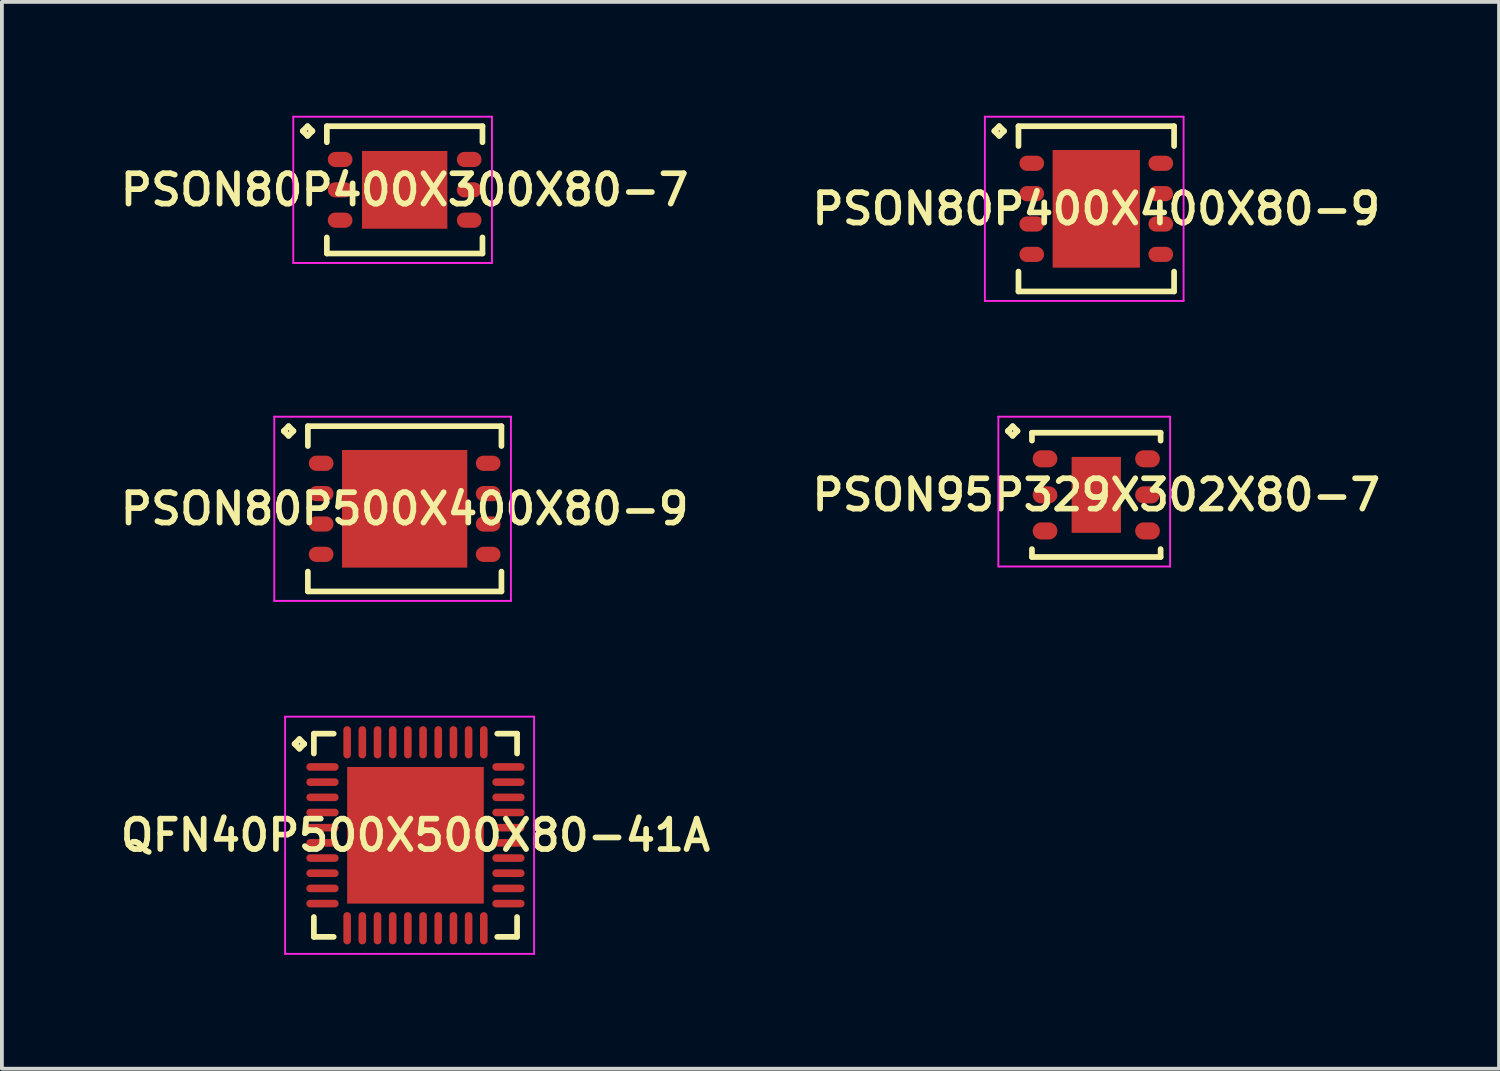
<source format=kicad_pcb>
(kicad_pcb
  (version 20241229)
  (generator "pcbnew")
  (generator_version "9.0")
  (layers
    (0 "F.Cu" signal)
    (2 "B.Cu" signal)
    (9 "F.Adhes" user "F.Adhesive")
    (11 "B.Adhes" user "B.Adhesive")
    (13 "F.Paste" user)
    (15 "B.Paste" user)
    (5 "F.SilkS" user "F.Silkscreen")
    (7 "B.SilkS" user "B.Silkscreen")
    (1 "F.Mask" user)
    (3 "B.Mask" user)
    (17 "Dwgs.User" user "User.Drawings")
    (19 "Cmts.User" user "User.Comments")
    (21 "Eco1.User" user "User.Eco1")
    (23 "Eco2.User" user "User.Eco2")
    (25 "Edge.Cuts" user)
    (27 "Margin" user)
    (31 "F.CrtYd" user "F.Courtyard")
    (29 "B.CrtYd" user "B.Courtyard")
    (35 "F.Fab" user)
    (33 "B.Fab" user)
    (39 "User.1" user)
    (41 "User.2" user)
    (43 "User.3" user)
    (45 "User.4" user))
  (footprint "PSON80P500X400X80-9"
    (layer "F.Cu")
    (at 7.612 10.356)
    (property "Reference" "PSON80P500X400X80-9" (at 0 0 0) (layer "F.SilkS") (effects (font (size 0.8 0.8) (thickness 0.15))))
    (attr smd)
    (fp_line (start -3.185 -2.05) (end -3.058 -2.177) (stroke (width 0.15) (type solid)) (layer "F.SilkS"))
    (fp_line (start -3.058 -2.177) (end -2.931 -2.05) (stroke (width 0.15) (type solid)) (layer "F.SilkS"))
    (fp_line (start -3.058 -1.923) (end -3.185 -2.05) (stroke (width 0.15) (type solid)) (layer "F.SilkS"))
    (fp_line (start -2.931 -2.05) (end -3.058 -1.923) (stroke (width 0.15) (type solid)) (layer "F.SilkS"))
    (fp_line (start -2.55 -2.177) (end 2.55 -2.177) (stroke (width 0.15) (type solid)) (layer "F.SilkS"))
    (fp_line (start -2.55 -1.654) (end -2.55 -2.177) (stroke (width 0.15) (type solid)) (layer "F.SilkS"))
    (fp_line (start -2.55 1.654) (end -2.55 2.177) (stroke (width 0.15) (type solid)) (layer "F.SilkS"))
    (fp_line (start -2.55 2.177) (end 2.55 2.177) (stroke (width 0.15) (type solid)) (layer "F.SilkS"))
    (fp_line (start 2.55 -2.177) (end 2.55 -1.654) (stroke (width 0.15) (type solid)) (layer "F.SilkS"))
    (fp_line (start 2.55 2.177) (end 2.55 1.654) (stroke (width 0.15) (type solid)) (layer "F.SilkS"))
    (fp_line (start -3.435 -2.427) (end 2.8 -2.427) (stroke (width 0.05) (type solid)) (layer "F.CrtYd"))
    (fp_line (start -3.435 2.427) (end -3.435 -2.427) (stroke (width 0.05) (type solid)) (layer "F.CrtYd"))
    (fp_line (start 2.8 -2.427) (end 2.8 2.427) (stroke (width 0.05) (type solid)) (layer "F.CrtYd"))
    (fp_line (start 2.8 2.427) (end -3.435 2.427) (stroke (width 0.05) (type solid)) (layer "F.CrtYd"))
    (pad "1" smd oval (at -2.2 -1.2) (size 0.65 0.4) (layers "F.Cu" "F.Mask" "F.Paste"))
    (pad "2" smd oval (at -2.2 -0.4) (size 0.65 0.4) (layers "F.Cu" "F.Mask" "F.Paste"))
    (pad "3" smd oval (at -2.2 0.4) (size 0.65 0.4) (layers "F.Cu" "F.Mask" "F.Paste"))
    (pad "4" smd oval (at -2.2 1.2) (size 0.65 0.4) (layers "F.Cu" "F.Mask" "F.Paste"))
    (pad "5" smd oval (at 2.2 1.2) (size 0.65 0.4) (layers "F.Cu" "F.Mask" "F.Paste"))
    (pad "6" smd oval (at 2.2 0.4) (size 0.65 0.4) (layers "F.Cu" "F.Mask" "F.Paste"))
    (pad "7" smd oval (at 2.2 -0.4) (size 0.65 0.4) (layers "F.Cu" "F.Mask" "F.Paste"))
    (pad "8" smd oval (at 2.2 -1.2) (size 0.65 0.4) (layers "F.Cu" "F.Mask" "F.Paste"))
    (pad "9" smd rect (at 0 0) (size 3.3 3.1) (layers "F.Cu" "F.Mask" "F.Paste")))
  (footprint "PSON95P329X302X80-7"
    (layer "F.Cu")
    (at 25.835 9.989)
    (property "Reference" "PSON95P329X302X80-7" (at 0 0 0) (layer "F.SilkS") (effects (font (size 0.8 0.8) (thickness 0.15))))
    (attr smd)
    (fp_line (start -2.33 -1.683) (end -2.203 -1.81) (stroke (width 0.15) (type solid)) (layer "F.SilkS"))
    (fp_line (start -2.203 -1.81) (end -2.076 -1.683) (stroke (width 0.15) (type solid)) (layer "F.SilkS"))
    (fp_line (start -2.203 -1.556) (end -2.33 -1.683) (stroke (width 0.15) (type solid)) (layer "F.SilkS"))
    (fp_line (start -2.076 -1.683) (end -2.203 -1.556) (stroke (width 0.15) (type solid)) (layer "F.SilkS"))
    (fp_line (start -1.695 -1.637) (end 1.695 -1.637) (stroke (width 0.15) (type solid)) (layer "F.SilkS"))
    (fp_line (start -1.695 -1.429) (end -1.695 -1.637) (stroke (width 0.15) (type solid)) (layer "F.SilkS"))
    (fp_line (start -1.695 1.429) (end -1.695 1.637) (stroke (width 0.15) (type solid)) (layer "F.SilkS"))
    (fp_line (start -1.695 1.637) (end 1.695 1.637) (stroke (width 0.15) (type solid)) (layer "F.SilkS"))
    (fp_line (start 1.695 -1.637) (end 1.695 -1.429) (stroke (width 0.15) (type solid)) (layer "F.SilkS"))
    (fp_line (start 1.695 1.637) (end 1.695 1.429) (stroke (width 0.15) (type solid)) (layer "F.SilkS"))
    (fp_line (start -2.58 -2.06) (end 1.945 -2.06) (stroke (width 0.05) (type solid)) (layer "F.CrtYd"))
    (fp_line (start -2.58 1.887) (end -2.58 -2.06) (stroke (width 0.05) (type solid)) (layer "F.CrtYd"))
    (fp_line (start 1.945 -2.06) (end 1.945 1.887) (stroke (width 0.05) (type solid)) (layer "F.CrtYd"))
    (fp_line (start 1.945 1.887) (end -2.58 1.887) (stroke (width 0.05) (type solid)) (layer "F.CrtYd"))
    (pad "1" smd oval (at -1.35 -0.95) (size 0.65 0.45) (layers "F.Cu" "F.Mask" "F.Paste"))
    (pad "2" smd oval (at -1.35 0) (size 0.65 0.45) (layers "F.Cu" "F.Mask" "F.Paste"))
    (pad "3" smd oval (at -1.35 0.95) (size 0.65 0.45) (layers "F.Cu" "F.Mask" "F.Paste"))
    (pad "4" smd oval (at 1.35 0.95) (size 0.65 0.45) (layers "F.Cu" "F.Mask" "F.Paste"))
    (pad "5" smd oval (at 1.35 0) (size 0.65 0.45) (layers "F.Cu" "F.Mask" "F.Paste"))
    (pad "6" smd oval (at 1.35 -0.95) (size 0.65 0.45) (layers "F.Cu" "F.Mask" "F.Paste"))
    (pad "7" smd rect (at 0 0) (size 1.3 2) (layers "F.Cu" "F.Mask" "F.Paste")))
  (footprint "PSON80P400X400X80-9"
    (layer "F.Cu")
    (at 25.835 2.452)
    (property "Reference" "PSON80P400X400X80-9" (at 0 0 0) (layer "F.SilkS") (effects (font (size 0.8 0.8) (thickness 0.15))))
    (attr smd)
    (fp_line (start -2.685 -2.05) (end -2.558 -2.177) (stroke (width 0.15) (type solid)) (layer "F.SilkS"))
    (fp_line (start -2.558 -2.177) (end -2.431 -2.05) (stroke (width 0.15) (type solid)) (layer "F.SilkS"))
    (fp_line (start -2.558 -1.923) (end -2.685 -2.05) (stroke (width 0.15) (type solid)) (layer "F.SilkS"))
    (fp_line (start -2.431 -2.05) (end -2.558 -1.923) (stroke (width 0.15) (type solid)) (layer "F.SilkS"))
    (fp_line (start -2.05 -2.177) (end 2.05 -2.177) (stroke (width 0.15) (type solid)) (layer "F.SilkS"))
    (fp_line (start -2.05 -1.654) (end -2.05 -2.177) (stroke (width 0.15) (type solid)) (layer "F.SilkS"))
    (fp_line (start -2.05 1.654) (end -2.05 2.177) (stroke (width 0.15) (type solid)) (layer "F.SilkS"))
    (fp_line (start -2.05 2.177) (end 2.05 2.177) (stroke (width 0.15) (type solid)) (layer "F.SilkS"))
    (fp_line (start 2.05 -2.177) (end 2.05 -1.654) (stroke (width 0.15) (type solid)) (layer "F.SilkS"))
    (fp_line (start 2.05 2.177) (end 2.05 1.654) (stroke (width 0.15) (type solid)) (layer "F.SilkS"))
    (fp_line (start -2.935 -2.427) (end 2.3 -2.427) (stroke (width 0.05) (type solid)) (layer "F.CrtYd"))
    (fp_line (start -2.935 2.427) (end -2.935 -2.427) (stroke (width 0.05) (type solid)) (layer "F.CrtYd"))
    (fp_line (start 2.3 -2.427) (end 2.3 2.427) (stroke (width 0.05) (type solid)) (layer "F.CrtYd"))
    (fp_line (start 2.3 2.427) (end -2.935 2.427) (stroke (width 0.05) (type solid)) (layer "F.CrtYd"))
    (pad "1" smd oval (at -1.7 -1.2) (size 0.65 0.4) (layers "F.Cu" "F.Mask" "F.Paste"))
    (pad "2" smd oval (at -1.7 -0.4) (size 0.65 0.4) (layers "F.Cu" "F.Mask" "F.Paste"))
    (pad "3" smd oval (at -1.7 0.4) (size 0.65 0.4) (layers "F.Cu" "F.Mask" "F.Paste"))
    (pad "4" smd oval (at -1.7 1.2) (size 0.65 0.4) (layers "F.Cu" "F.Mask" "F.Paste"))
    (pad "5" smd oval (at 1.7 1.2) (size 0.65 0.4) (layers "F.Cu" "F.Mask" "F.Paste"))
    (pad "6" smd oval (at 1.7 0.4) (size 0.65 0.4) (layers "F.Cu" "F.Mask" "F.Paste"))
    (pad "7" smd oval (at 1.7 -0.4) (size 0.65 0.4) (layers "F.Cu" "F.Mask" "F.Paste"))
    (pad "8" smd oval (at 1.7 -1.2) (size 0.65 0.4) (layers "F.Cu" "F.Mask" "F.Paste"))
    (pad "9" smd rect (at 0 0) (size 2.3 3.1) (layers "F.Cu" "F.Mask" "F.Paste")))
  (footprint "QFN40P500X500X80-41A"
    (layer "F.Cu")
    (at 7.897 18.958)
    (property "Reference" "QFN40P500X500X80-41A" (at 0 0 0) (layer "F.SilkS") (effects (font (size 0.8 0.8) (thickness 0.15))))
    (attr smd)
    (fp_line (start -3.185 -2.408) (end -3.058 -2.535) (stroke (width 0.15) (type solid)) (layer "F.SilkS"))
    (fp_line (start -3.058 -2.535) (end -2.931 -2.408) (stroke (width 0.15) (type solid)) (layer "F.SilkS"))
    (fp_line (start -3.058 -2.281) (end -3.185 -2.408) (stroke (width 0.15) (type solid)) (layer "F.SilkS"))
    (fp_line (start -2.931 -2.408) (end -3.058 -2.281) (stroke (width 0.15) (type solid)) (layer "F.SilkS"))
    (fp_line (start -2.677 -2.677) (end -2.154 -2.677) (stroke (width 0.15) (type solid)) (layer "F.SilkS"))
    (fp_line (start -2.677 -2.154) (end -2.677 -2.677) (stroke (width 0.15) (type solid)) (layer "F.SilkS"))
    (fp_line (start -2.677 2.154) (end -2.677 2.677) (stroke (width 0.15) (type solid)) (layer "F.SilkS"))
    (fp_line (start -2.677 2.677) (end -2.154 2.677) (stroke (width 0.15) (type solid)) (layer "F.SilkS"))
    (fp_line (start 2.154 -2.677) (end 2.677 -2.677) (stroke (width 0.15) (type solid)) (layer "F.SilkS"))
    (fp_line (start 2.154 2.677) (end 2.677 2.677) (stroke (width 0.15) (type solid)) (layer "F.SilkS"))
    (fp_line (start 2.677 -2.677) (end 2.677 -2.154) (stroke (width 0.15) (type solid)) (layer "F.SilkS"))
    (fp_line (start 2.677 2.677) (end 2.677 2.154) (stroke (width 0.15) (type solid)) (layer "F.SilkS"))
    (fp_line (start -3.435 -3.125) (end 3.125 -3.125) (stroke (width 0.05) (type solid)) (layer "F.CrtYd"))
    (fp_line (start -3.435 3.125) (end -3.435 -3.125) (stroke (width 0.05) (type solid)) (layer "F.CrtYd"))
    (fp_line (start 3.125 -3.125) (end 3.125 3.125) (stroke (width 0.05) (type solid)) (layer "F.CrtYd"))
    (fp_line (start 3.125 3.125) (end -3.435 3.125) (stroke (width 0.05) (type solid)) (layer "F.CrtYd"))
    (pad "1" smd oval (at -2.45 -1.8) (size 0.85 0.2) (layers "F.Cu" "F.Mask" "F.Paste"))
    (pad "2" smd oval (at -2.45 -1.4) (size 0.85 0.2) (layers "F.Cu" "F.Mask" "F.Paste"))
    (pad "3" smd oval (at -2.45 -1) (size 0.85 0.2) (layers "F.Cu" "F.Mask" "F.Paste"))
    (pad "4" smd oval (at -2.45 -0.6) (size 0.85 0.2) (layers "F.Cu" "F.Mask" "F.Paste"))
    (pad "5" smd oval (at -2.45 -0.2) (size 0.85 0.2) (layers "F.Cu" "F.Mask" "F.Paste"))
    (pad "6" smd oval (at -2.45 0.2) (size 0.85 0.2) (layers "F.Cu" "F.Mask" "F.Paste"))
    (pad "7" smd oval (at -2.45 0.6) (size 0.85 0.2) (layers "F.Cu" "F.Mask" "F.Paste"))
    (pad "8" smd oval (at -2.45 1) (size 0.85 0.2) (layers "F.Cu" "F.Mask" "F.Paste"))
    (pad "9" smd oval (at -2.45 1.4) (size 0.85 0.2) (layers "F.Cu" "F.Mask" "F.Paste"))
    (pad "10" smd oval (at -2.45 1.8) (size 0.85 0.2) (layers "F.Cu" "F.Mask" "F.Paste"))
    (pad "11" smd oval (at -1.8 2.45) (size 0.2 0.85) (layers "F.Cu" "F.Mask" "F.Paste"))
    (pad "12" smd oval (at -1.4 2.45) (size 0.2 0.85) (layers "F.Cu" "F.Mask" "F.Paste"))
    (pad "13" smd oval (at -1 2.45) (size 0.2 0.85) (layers "F.Cu" "F.Mask" "F.Paste"))
    (pad "14" smd oval (at -0.6 2.45) (size 0.2 0.85) (layers "F.Cu" "F.Mask" "F.Paste"))
    (pad "15" smd oval (at -0.2 2.45) (size 0.2 0.85) (layers "F.Cu" "F.Mask" "F.Paste"))
    (pad "16" smd oval (at 0.2 2.45) (size 0.2 0.85) (layers "F.Cu" "F.Mask" "F.Paste"))
    (pad "17" smd oval (at 0.6 2.45) (size 0.2 0.85) (layers "F.Cu" "F.Mask" "F.Paste"))
    (pad "18" smd oval (at 1 2.45) (size 0.2 0.85) (layers "F.Cu" "F.Mask" "F.Paste"))
    (pad "19" smd oval (at 1.4 2.45) (size 0.2 0.85) (layers "F.Cu" "F.Mask" "F.Paste"))
    (pad "20" smd oval (at 1.8 2.45) (size 0.2 0.85) (layers "F.Cu" "F.Mask" "F.Paste"))
    (pad "21" smd oval (at 2.45 1.8) (size 0.85 0.2) (layers "F.Cu" "F.Mask" "F.Paste"))
    (pad "22" smd oval (at 2.45 1.4) (size 0.85 0.2) (layers "F.Cu" "F.Mask" "F.Paste"))
    (pad "23" smd oval (at 2.45 1) (size 0.85 0.2) (layers "F.Cu" "F.Mask" "F.Paste"))
    (pad "24" smd oval (at 2.45 0.6) (size 0.85 0.2) (layers "F.Cu" "F.Mask" "F.Paste"))
    (pad "25" smd oval (at 2.45 0.2) (size 0.85 0.2) (layers "F.Cu" "F.Mask" "F.Paste"))
    (pad "26" smd oval (at 2.45 -0.2) (size 0.85 0.2) (layers "F.Cu" "F.Mask" "F.Paste"))
    (pad "27" smd oval (at 2.45 -0.6) (size 0.85 0.2) (layers "F.Cu" "F.Mask" "F.Paste"))
    (pad "28" smd oval (at 2.45 -1) (size 0.85 0.2) (layers "F.Cu" "F.Mask" "F.Paste"))
    (pad "29" smd oval (at 2.45 -1.4) (size 0.85 0.2) (layers "F.Cu" "F.Mask" "F.Paste"))
    (pad "30" smd oval (at 2.45 -1.8) (size 0.85 0.2) (layers "F.Cu" "F.Mask" "F.Paste"))
    (pad "31" smd oval (at 1.8 -2.45) (size 0.2 0.85) (layers "F.Cu" "F.Mask" "F.Paste"))
    (pad "32" smd oval (at 1.4 -2.45) (size 0.2 0.85) (layers "F.Cu" "F.Mask" "F.Paste"))
    (pad "33" smd oval (at 1 -2.45) (size 0.2 0.85) (layers "F.Cu" "F.Mask" "F.Paste"))
    (pad "34" smd oval (at 0.6 -2.45) (size 0.2 0.85) (layers "F.Cu" "F.Mask" "F.Paste"))
    (pad "35" smd oval (at 0.2 -2.45) (size 0.2 0.85) (layers "F.Cu" "F.Mask" "F.Paste"))
    (pad "36" smd oval (at -0.2 -2.45) (size 0.2 0.85) (layers "F.Cu" "F.Mask" "F.Paste"))
    (pad "37" smd oval (at -0.6 -2.45) (size 0.2 0.85) (layers "F.Cu" "F.Mask" "F.Paste"))
    (pad "38" smd oval (at -1 -2.45) (size 0.2 0.85) (layers "F.Cu" "F.Mask" "F.Paste"))
    (pad "39" smd oval (at -1.4 -2.45) (size 0.2 0.85) (layers "F.Cu" "F.Mask" "F.Paste"))
    (pad "40" smd oval (at -1.8 -2.45) (size 0.2 0.85) (layers "F.Cu" "F.Mask" "F.Paste"))
    (pad "41" smd rect (at 0 0) (size 3.6 3.6) (layers "F.Cu" "F.Mask" "F.Paste")))
  (footprint "PSON80P400X300X80-7"
    (layer "F.Cu")
    (at 7.612 1.952)
    (property "Reference" "PSON80P400X300X80-7" (at 0 0 0) (layer "F.SilkS") (effects (font (size 0.8 0.8) (thickness 0.15))))
    (attr smd)
    (fp_line (start -2.685 -1.55) (end -2.558 -1.677) (stroke (width 0.15) (type solid)) (layer "F.SilkS"))
    (fp_line (start -2.558 -1.677) (end -2.431 -1.55) (stroke (width 0.15) (type solid)) (layer "F.SilkS"))
    (fp_line (start -2.558 -1.423) (end -2.685 -1.55) (stroke (width 0.15) (type solid)) (layer "F.SilkS"))
    (fp_line (start -2.431 -1.55) (end -2.558 -1.423) (stroke (width 0.15) (type solid)) (layer "F.SilkS"))
    (fp_line (start -2.05 -1.677) (end 2.05 -1.677) (stroke (width 0.15) (type solid)) (layer "F.SilkS"))
    (fp_line (start -2.05 -1.254) (end -2.05 -1.677) (stroke (width 0.15) (type solid)) (layer "F.SilkS"))
    (fp_line (start -2.05 1.254) (end -2.05 1.677) (stroke (width 0.15) (type solid)) (layer "F.SilkS"))
    (fp_line (start -2.05 1.677) (end 2.05 1.677) (stroke (width 0.15) (type solid)) (layer "F.SilkS"))
    (fp_line (start 2.05 -1.677) (end 2.05 -1.254) (stroke (width 0.15) (type solid)) (layer "F.SilkS"))
    (fp_line (start 2.05 1.677) (end 2.05 1.254) (stroke (width 0.15) (type solid)) (layer "F.SilkS"))
    (fp_line (start -2.935 -1.927) (end 2.3 -1.927) (stroke (width 0.05) (type solid)) (layer "F.CrtYd"))
    (fp_line (start -2.935 1.927) (end -2.935 -1.927) (stroke (width 0.05) (type solid)) (layer "F.CrtYd"))
    (fp_line (start 2.3 -1.927) (end 2.3 1.927) (stroke (width 0.05) (type solid)) (layer "F.CrtYd"))
    (fp_line (start 2.3 1.927) (end -2.935 1.927) (stroke (width 0.05) (type solid)) (layer "F.CrtYd"))
    (pad "1" smd oval (at -1.7 -0.8) (size 0.65 0.4) (layers "F.Cu" "F.Mask" "F.Paste"))
    (pad "2" smd oval (at -1.7 0) (size 0.65 0.4) (layers "F.Cu" "F.Mask" "F.Paste"))
    (pad "3" smd oval (at -1.7 0.8) (size 0.65 0.4) (layers "F.Cu" "F.Mask" "F.Paste"))
    (pad "4" smd oval (at 1.7 0.8) (size 0.65 0.4) (layers "F.Cu" "F.Mask" "F.Paste"))
    (pad "5" smd oval (at 1.7 0) (size 0.65 0.4) (layers "F.Cu" "F.Mask" "F.Paste"))
    (pad "6" smd oval (at 1.7 -0.8) (size 0.65 0.4) (layers "F.Cu" "F.Mask" "F.Paste"))
    (pad "7" smd rect (at 0 0) (size 2.25 2.05) (layers "F.Cu" "F.Mask" "F.Paste")))
  (gr_rect
    (start -3 -3)
    (end 36.447 25.108)
    (stroke (width 0.1) (type default))
    (fill no)
    (layer "Edge.Cuts")))
</source>
